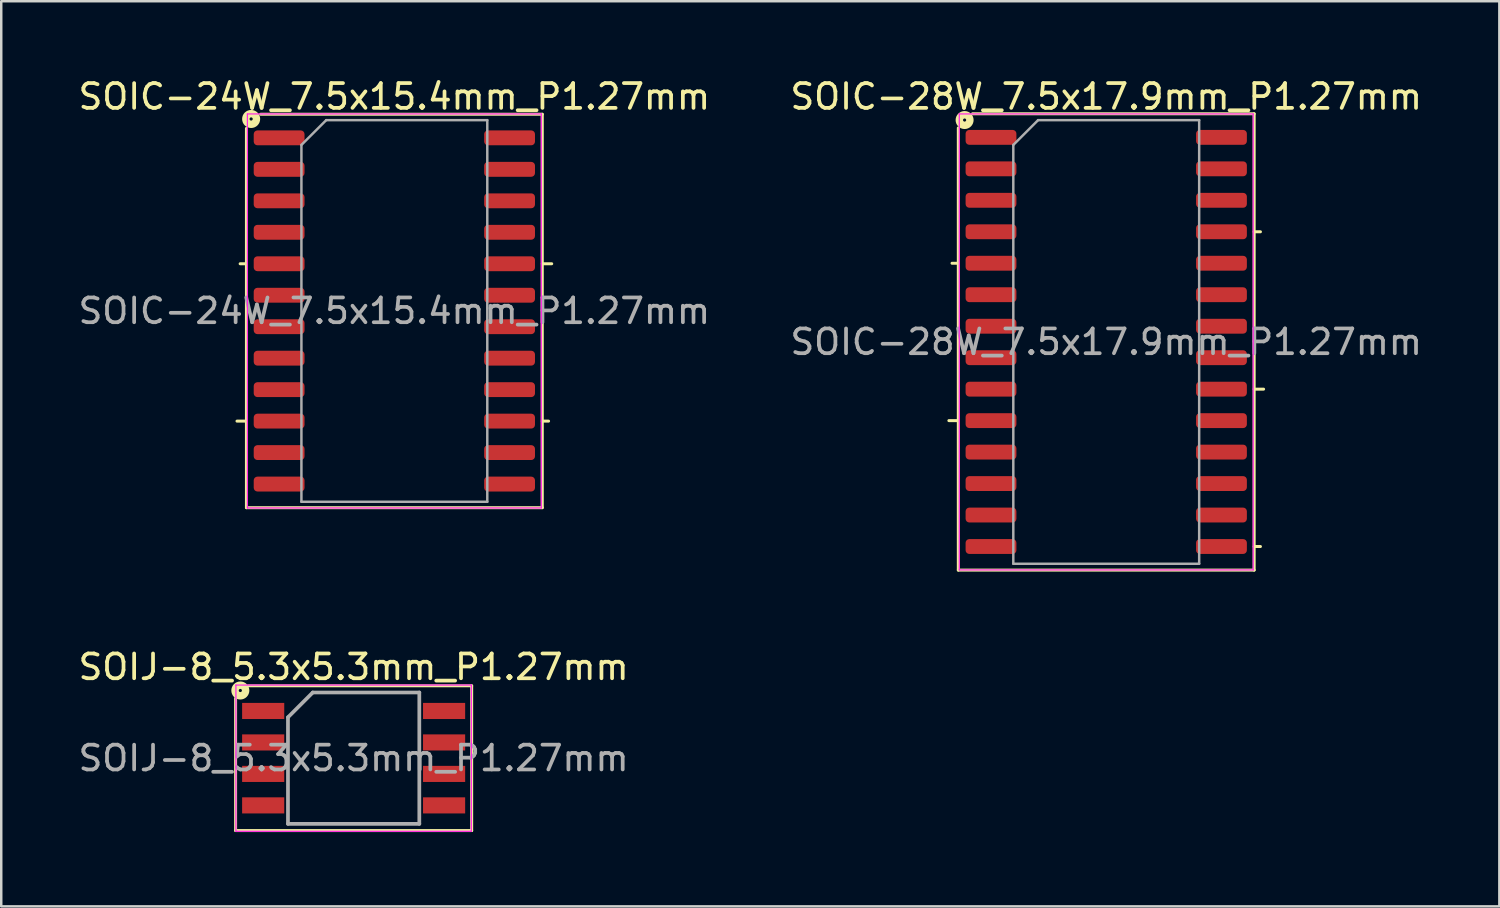
<source format=kicad_pcb>
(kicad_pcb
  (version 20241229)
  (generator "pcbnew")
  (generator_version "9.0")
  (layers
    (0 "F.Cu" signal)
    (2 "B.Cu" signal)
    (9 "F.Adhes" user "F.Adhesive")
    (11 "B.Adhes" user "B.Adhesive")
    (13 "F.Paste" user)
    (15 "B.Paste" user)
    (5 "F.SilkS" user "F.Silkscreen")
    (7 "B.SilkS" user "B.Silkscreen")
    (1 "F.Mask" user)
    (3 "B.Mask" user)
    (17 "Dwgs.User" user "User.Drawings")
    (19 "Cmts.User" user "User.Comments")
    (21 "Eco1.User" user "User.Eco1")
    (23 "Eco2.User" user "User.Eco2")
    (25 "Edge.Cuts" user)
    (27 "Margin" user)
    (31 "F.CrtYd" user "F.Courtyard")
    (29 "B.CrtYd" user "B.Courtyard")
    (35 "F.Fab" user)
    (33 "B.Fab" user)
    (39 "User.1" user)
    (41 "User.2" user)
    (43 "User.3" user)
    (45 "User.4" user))
  (footprint "SOIC-28W_7.5x17.9mm_P1.27mm"
    (layer "F.Cu")
    (at 41.589 10.748)
    (property "Reference" "SOIC-28W_7.5x17.9mm_P1.27mm" (at 0 -9.9 0) (layer "F.SilkS") (effects (font (size 1 1) (thickness 0.15))))
    (attr smd)
    (fp_line (start -5.969 -8.636) (end -5.969 9.207) (stroke (width 0.12) (type solid)) (layer "F.SilkS"))
    (fp_line (start -5.969 -3.175) (end -6.223 -3.175) (stroke (width 0.12) (type solid)) (layer "F.SilkS"))
    (fp_line (start -5.969 3.175) (end -6.35 3.175) (stroke (width 0.12) (type solid)) (layer "F.SilkS"))
    (fp_line (start -5.969 9.207) (end 5.969 9.207) (stroke (width 0.12) (type solid)) (layer "F.SilkS"))
    (fp_line (start 5.969 -9.207) (end -5.397 -9.207) (stroke (width 0.12) (type solid)) (layer "F.SilkS"))
    (fp_line (start 5.969 -4.445) (end 6.223 -4.445) (stroke (width 0.12) (type solid)) (layer "F.SilkS"))
    (fp_line (start 5.969 1.905) (end 6.35 1.905) (stroke (width 0.12) (type solid)) (layer "F.SilkS"))
    (fp_line (start 5.969 8.255) (end 6.223 8.255) (stroke (width 0.12) (type solid)) (layer "F.SilkS"))
    (fp_line (start 5.969 9.207) (end 5.969 -9.207) (stroke (width 0.12) (type solid)) (layer "F.SilkS"))
    (fp_circle (center -5.715 -8.954) (end -5.652 -8.954) (stroke (width 0.3) (type solid)) (fill no) (layer "F.SilkS"))
    (fp_line (start -5.93 -9.2) (end -5.93 9.2) (stroke (width 0.05) (type solid)) (layer "F.CrtYd"))
    (fp_line (start -5.93 9.2) (end 5.93 9.2) (stroke (width 0.05) (type solid)) (layer "F.CrtYd"))
    (fp_line (start 5.93 -9.2) (end -5.93 -9.2) (stroke (width 0.05) (type solid)) (layer "F.CrtYd"))
    (fp_line (start 5.93 9.2) (end 5.93 -9.2) (stroke (width 0.05) (type solid)) (layer "F.CrtYd"))
    (fp_line (start -3.75 -7.95) (end -2.75 -8.95) (stroke (width 0.1) (type solid)) (layer "F.Fab"))
    (fp_line (start -3.75 8.95) (end -3.75 -7.95) (stroke (width 0.1) (type solid)) (layer "F.Fab"))
    (fp_line (start -2.75 -8.95) (end 3.75 -8.95) (stroke (width 0.1) (type solid)) (layer "F.Fab"))
    (fp_line (start 3.75 -8.95) (end 3.75 8.95) (stroke (width 0.1) (type solid)) (layer "F.Fab"))
    (fp_line (start 3.75 8.95) (end -3.75 8.95) (stroke (width 0.1) (type solid)) (layer "F.Fab"))
    (fp_text user "${REFERENCE}" (at 0 0 0) (layer "F.Fab") (effects (font (size 1 1) (thickness 0.15))))
    (pad "1" smd roundrect (at -4.65 -8.255) (size 2.05 0.6) (layers "F.Cu" "F.Mask" "F.Paste") (roundrect_rratio 0.25))
    (pad "2" smd roundrect (at -4.65 -6.985) (size 2.05 0.6) (layers "F.Cu" "F.Mask" "F.Paste") (roundrect_rratio 0.25))
    (pad "3" smd roundrect (at -4.65 -5.715) (size 2.05 0.6) (layers "F.Cu" "F.Mask" "F.Paste") (roundrect_rratio 0.25))
    (pad "4" smd roundrect (at -4.65 -4.445) (size 2.05 0.6) (layers "F.Cu" "F.Mask" "F.Paste") (roundrect_rratio 0.25))
    (pad "5" smd roundrect (at -4.65 -3.175) (size 2.05 0.6) (layers "F.Cu" "F.Mask" "F.Paste") (roundrect_rratio 0.25))
    (pad "6" smd roundrect (at -4.65 -1.905) (size 2.05 0.6) (layers "F.Cu" "F.Mask" "F.Paste") (roundrect_rratio 0.25))
    (pad "7" smd roundrect (at -4.65 -0.635) (size 2.05 0.6) (layers "F.Cu" "F.Mask" "F.Paste") (roundrect_rratio 0.25))
    (pad "8" smd roundrect (at -4.65 0.635) (size 2.05 0.6) (layers "F.Cu" "F.Mask" "F.Paste") (roundrect_rratio 0.25))
    (pad "9" smd roundrect (at -4.65 1.905) (size 2.05 0.6) (layers "F.Cu" "F.Mask" "F.Paste") (roundrect_rratio 0.25))
    (pad "10" smd roundrect (at -4.65 3.175) (size 2.05 0.6) (layers "F.Cu" "F.Mask" "F.Paste") (roundrect_rratio 0.25))
    (pad "11" smd roundrect (at -4.65 4.445) (size 2.05 0.6) (layers "F.Cu" "F.Mask" "F.Paste") (roundrect_rratio 0.25))
    (pad "12" smd roundrect (at -4.65 5.715) (size 2.05 0.6) (layers "F.Cu" "F.Mask" "F.Paste") (roundrect_rratio 0.25))
    (pad "13" smd roundrect (at -4.65 6.985) (size 2.05 0.6) (layers "F.Cu" "F.Mask" "F.Paste") (roundrect_rratio 0.25))
    (pad "14" smd roundrect (at -4.65 8.255) (size 2.05 0.6) (layers "F.Cu" "F.Mask" "F.Paste") (roundrect_rratio 0.25))
    (pad "15" smd roundrect (at 4.65 8.255) (size 2.05 0.6) (layers "F.Cu" "F.Mask" "F.Paste") (roundrect_rratio 0.25))
    (pad "16" smd roundrect (at 4.65 6.985) (size 2.05 0.6) (layers "F.Cu" "F.Mask" "F.Paste") (roundrect_rratio 0.25))
    (pad "17" smd roundrect (at 4.65 5.715) (size 2.05 0.6) (layers "F.Cu" "F.Mask" "F.Paste") (roundrect_rratio 0.25))
    (pad "18" smd roundrect (at 4.65 4.445) (size 2.05 0.6) (layers "F.Cu" "F.Mask" "F.Paste") (roundrect_rratio 0.25))
    (pad "19" smd roundrect (at 4.65 3.175) (size 2.05 0.6) (layers "F.Cu" "F.Mask" "F.Paste") (roundrect_rratio 0.25))
    (pad "20" smd roundrect (at 4.65 1.905) (size 2.05 0.6) (layers "F.Cu" "F.Mask" "F.Paste") (roundrect_rratio 0.25))
    (pad "21" smd roundrect (at 4.65 0.635) (size 2.05 0.6) (layers "F.Cu" "F.Mask" "F.Paste") (roundrect_rratio 0.25))
    (pad "22" smd roundrect (at 4.65 -0.635) (size 2.05 0.6) (layers "F.Cu" "F.Mask" "F.Paste") (roundrect_rratio 0.25))
    (pad "23" smd roundrect (at 4.65 -1.905) (size 2.05 0.6) (layers "F.Cu" "F.Mask" "F.Paste") (roundrect_rratio 0.25))
    (pad "24" smd roundrect (at 4.65 -3.175) (size 2.05 0.6) (layers "F.Cu" "F.Mask" "F.Paste") (roundrect_rratio 0.25))
    (pad "25" smd roundrect (at 4.65 -4.445) (size 2.05 0.6) (layers "F.Cu" "F.Mask" "F.Paste") (roundrect_rratio 0.25))
    (pad "26" smd roundrect (at 4.65 -5.715) (size 2.05 0.6) (layers "F.Cu" "F.Mask" "F.Paste") (roundrect_rratio 0.25))
    (pad "27" smd roundrect (at 4.65 -6.985) (size 2.05 0.6) (layers "F.Cu" "F.Mask" "F.Paste") (roundrect_rratio 0.25))
    (pad "28" smd roundrect (at 4.65 -8.255) (size 2.05 0.6) (layers "F.Cu" "F.Mask" "F.Paste") (roundrect_rratio 0.25)))
  (footprint "SOIJ-8_5.3x5.3mm_P1.27mm"
    (layer "F.Cu")
    (at 11.22 27.544)
    (property "Reference" "SOIJ-8_5.3x5.3mm_P1.27mm" (at 0 -3.68 0) (layer "F.SilkS") (effects (font (size 1 1) (thickness 0.15))))
    (attr smd)
    (fp_line (start -4.763 -2.413) (end -4.763 2.921) (stroke (width 0.12) (type solid)) (layer "F.SilkS"))
    (fp_line (start -4.763 2.921) (end 4.763 2.921) (stroke (width 0.12) (type solid)) (layer "F.SilkS"))
    (fp_line (start 4.763 -2.921) (end -4.255 -2.921) (stroke (width 0.12) (type solid)) (layer "F.SilkS"))
    (fp_line (start 4.763 2.921) (end 4.763 -2.921) (stroke (width 0.12) (type solid)) (layer "F.SilkS"))
    (fp_circle (center -4.572 -2.731) (end -4.508 -2.731) (stroke (width 0.3) (type solid)) (fill no) (layer "F.SilkS"))
    (fp_line (start -4.75 -2.95) (end -4.75 2.95) (stroke (width 0.05) (type solid)) (layer "F.CrtYd"))
    (fp_line (start -4.75 -2.95) (end 4.75 -2.95) (stroke (width 0.05) (type solid)) (layer "F.CrtYd"))
    (fp_line (start -4.75 2.95) (end 4.75 2.95) (stroke (width 0.05) (type solid)) (layer "F.CrtYd"))
    (fp_line (start 4.75 -2.95) (end 4.75 2.95) (stroke (width 0.05) (type solid)) (layer "F.CrtYd"))
    (fp_line (start -2.65 -1.65) (end -1.65 -2.65) (stroke (width 0.15) (type solid)) (layer "F.Fab"))
    (fp_line (start -2.65 2.65) (end -2.65 -1.65) (stroke (width 0.15) (type solid)) (layer "F.Fab"))
    (fp_line (start -1.65 -2.65) (end 2.65 -2.65) (stroke (width 0.15) (type solid)) (layer "F.Fab"))
    (fp_line (start 2.65 -2.65) (end 2.65 2.65) (stroke (width 0.15) (type solid)) (layer "F.Fab"))
    (fp_line (start 2.65 2.65) (end -2.65 2.65) (stroke (width 0.15) (type solid)) (layer "F.Fab"))
    (fp_text user "${REFERENCE}" (at 0 0 0) (layer "F.Fab") (effects (font (size 1 1) (thickness 0.15))))
    (pad "1" smd rect (at -3.65 -1.905) (size 1.7 0.65) (layers "F.Cu" "F.Mask" "F.Paste"))
    (pad "2" smd rect (at -3.65 -0.635) (size 1.7 0.65) (layers "F.Cu" "F.Mask" "F.Paste"))
    (pad "3" smd rect (at -3.65 0.635) (size 1.7 0.65) (layers "F.Cu" "F.Mask" "F.Paste"))
    (pad "4" smd rect (at -3.65 1.905) (size 1.7 0.65) (layers "F.Cu" "F.Mask" "F.Paste"))
    (pad "5" smd rect (at 3.65 1.905) (size 1.7 0.65) (layers "F.Cu" "F.Mask" "F.Paste"))
    (pad "6" smd rect (at 3.65 0.635) (size 1.7 0.65) (layers "F.Cu" "F.Mask" "F.Paste"))
    (pad "7" smd rect (at 3.65 -0.635) (size 1.7 0.65) (layers "F.Cu" "F.Mask" "F.Paste"))
    (pad "8" smd rect (at 3.65 -1.905) (size 1.7 0.65) (layers "F.Cu" "F.Mask" "F.Paste")))
  (footprint "SOIC-24W_7.5x15.4mm_P1.27mm"
    (layer "F.Cu")
    (at 12.863 9.498)
    (property "Reference" "SOIC-24W_7.5x15.4mm_P1.27mm" (at 0 -8.65 0) (layer "F.SilkS") (effects (font (size 1 1) (thickness 0.15))))
    (attr smd)
    (fp_line (start -5.969 -7.366) (end -5.969 7.938) (stroke (width 0.12) (type solid)) (layer "F.SilkS"))
    (fp_line (start -5.969 -1.905) (end -6.223 -1.905) (stroke (width 0.12) (type solid)) (layer "F.SilkS"))
    (fp_line (start -5.969 4.445) (end -6.35 4.445) (stroke (width 0.12) (type solid)) (layer "F.SilkS"))
    (fp_line (start -5.969 7.938) (end 5.969 7.938) (stroke (width 0.12) (type solid)) (layer "F.SilkS"))
    (fp_line (start 5.969 -7.938) (end -5.397 -7.938) (stroke (width 0.12) (type solid)) (layer "F.SilkS"))
    (fp_line (start 5.969 -1.905) (end 6.35 -1.905) (stroke (width 0.12) (type solid)) (layer "F.SilkS"))
    (fp_line (start 5.969 4.445) (end 6.223 4.445) (stroke (width 0.12) (type solid)) (layer "F.SilkS"))
    (fp_line (start 5.969 7.938) (end 5.969 -7.938) (stroke (width 0.12) (type solid)) (layer "F.SilkS"))
    (fp_circle (center -5.779 -7.747) (end -5.715 -7.747) (stroke (width 0.3) (type solid)) (fill no) (layer "F.SilkS"))
    (fp_line (start -5.93 -7.95) (end -5.93 7.95) (stroke (width 0.05) (type solid)) (layer "F.CrtYd"))
    (fp_line (start -5.93 7.95) (end 5.93 7.95) (stroke (width 0.05) (type solid)) (layer "F.CrtYd"))
    (fp_line (start 5.93 -7.95) (end -5.93 -7.95) (stroke (width 0.05) (type solid)) (layer "F.CrtYd"))
    (fp_line (start 5.93 7.95) (end 5.93 -7.95) (stroke (width 0.05) (type solid)) (layer "F.CrtYd"))
    (fp_line (start -3.75 -6.7) (end -2.75 -7.7) (stroke (width 0.1) (type solid)) (layer "F.Fab"))
    (fp_line (start -3.75 7.7) (end -3.75 -6.7) (stroke (width 0.1) (type solid)) (layer "F.Fab"))
    (fp_line (start -2.75 -7.7) (end 3.75 -7.7) (stroke (width 0.1) (type solid)) (layer "F.Fab"))
    (fp_line (start 3.75 -7.7) (end 3.75 7.7) (stroke (width 0.1) (type solid)) (layer "F.Fab"))
    (fp_line (start 3.75 7.7) (end -3.75 7.7) (stroke (width 0.1) (type solid)) (layer "F.Fab"))
    (fp_text user "${REFERENCE}" (at 0 0 0) (layer "F.Fab") (effects (font (size 1 1) (thickness 0.15))))
    (pad "1" smd roundrect (at -4.65 -6.985) (size 2.05 0.6) (layers "F.Cu" "F.Mask" "F.Paste") (roundrect_rratio 0.25))
    (pad "2" smd roundrect (at -4.65 -5.715) (size 2.05 0.6) (layers "F.Cu" "F.Mask" "F.Paste") (roundrect_rratio 0.25))
    (pad "3" smd roundrect (at -4.65 -4.445) (size 2.05 0.6) (layers "F.Cu" "F.Mask" "F.Paste") (roundrect_rratio 0.25))
    (pad "4" smd roundrect (at -4.65 -3.175) (size 2.05 0.6) (layers "F.Cu" "F.Mask" "F.Paste") (roundrect_rratio 0.25))
    (pad "5" smd roundrect (at -4.65 -1.905) (size 2.05 0.6) (layers "F.Cu" "F.Mask" "F.Paste") (roundrect_rratio 0.25))
    (pad "6" smd roundrect (at -4.65 -0.635) (size 2.05 0.6) (layers "F.Cu" "F.Mask" "F.Paste") (roundrect_rratio 0.25))
    (pad "7" smd roundrect (at -4.65 0.635) (size 2.05 0.6) (layers "F.Cu" "F.Mask" "F.Paste") (roundrect_rratio 0.25))
    (pad "8" smd roundrect (at -4.65 1.905) (size 2.05 0.6) (layers "F.Cu" "F.Mask" "F.Paste") (roundrect_rratio 0.25))
    (pad "9" smd roundrect (at -4.65 3.175) (size 2.05 0.6) (layers "F.Cu" "F.Mask" "F.Paste") (roundrect_rratio 0.25))
    (pad "10" smd roundrect (at -4.65 4.445) (size 2.05 0.6) (layers "F.Cu" "F.Mask" "F.Paste") (roundrect_rratio 0.25))
    (pad "11" smd roundrect (at -4.65 5.715) (size 2.05 0.6) (layers "F.Cu" "F.Mask" "F.Paste") (roundrect_rratio 0.25))
    (pad "12" smd roundrect (at -4.65 6.985) (size 2.05 0.6) (layers "F.Cu" "F.Mask" "F.Paste") (roundrect_rratio 0.25))
    (pad "13" smd roundrect (at 4.65 6.985) (size 2.05 0.6) (layers "F.Cu" "F.Mask" "F.Paste") (roundrect_rratio 0.25))
    (pad "14" smd roundrect (at 4.65 5.715) (size 2.05 0.6) (layers "F.Cu" "F.Mask" "F.Paste") (roundrect_rratio 0.25))
    (pad "15" smd roundrect (at 4.65 4.445) (size 2.05 0.6) (layers "F.Cu" "F.Mask" "F.Paste") (roundrect_rratio 0.25))
    (pad "16" smd roundrect (at 4.65 3.175) (size 2.05 0.6) (layers "F.Cu" "F.Mask" "F.Paste") (roundrect_rratio 0.25))
    (pad "17" smd roundrect (at 4.65 1.905) (size 2.05 0.6) (layers "F.Cu" "F.Mask" "F.Paste") (roundrect_rratio 0.25))
    (pad "18" smd roundrect (at 4.65 0.635) (size 2.05 0.6) (layers "F.Cu" "F.Mask" "F.Paste") (roundrect_rratio 0.25))
    (pad "19" smd roundrect (at 4.65 -0.635) (size 2.05 0.6) (layers "F.Cu" "F.Mask" "F.Paste") (roundrect_rratio 0.25))
    (pad "20" smd roundrect (at 4.65 -1.905) (size 2.05 0.6) (layers "F.Cu" "F.Mask" "F.Paste") (roundrect_rratio 0.25))
    (pad "21" smd roundrect (at 4.65 -3.175) (size 2.05 0.6) (layers "F.Cu" "F.Mask" "F.Paste") (roundrect_rratio 0.25))
    (pad "22" smd roundrect (at 4.65 -4.445) (size 2.05 0.6) (layers "F.Cu" "F.Mask" "F.Paste") (roundrect_rratio 0.25))
    (pad "23" smd roundrect (at 4.65 -5.715) (size 2.05 0.6) (layers "F.Cu" "F.Mask" "F.Paste") (roundrect_rratio 0.25))
    (pad "24" smd roundrect (at 4.65 -6.985) (size 2.05 0.6) (layers "F.Cu" "F.Mask" "F.Paste") (roundrect_rratio 0.25)))
  (gr_rect
    (start -3 -3)
    (end 57.452 33.525)
    (stroke (width 0.1) (type default))
    (fill no)
    (layer "Edge.Cuts")))
</source>
